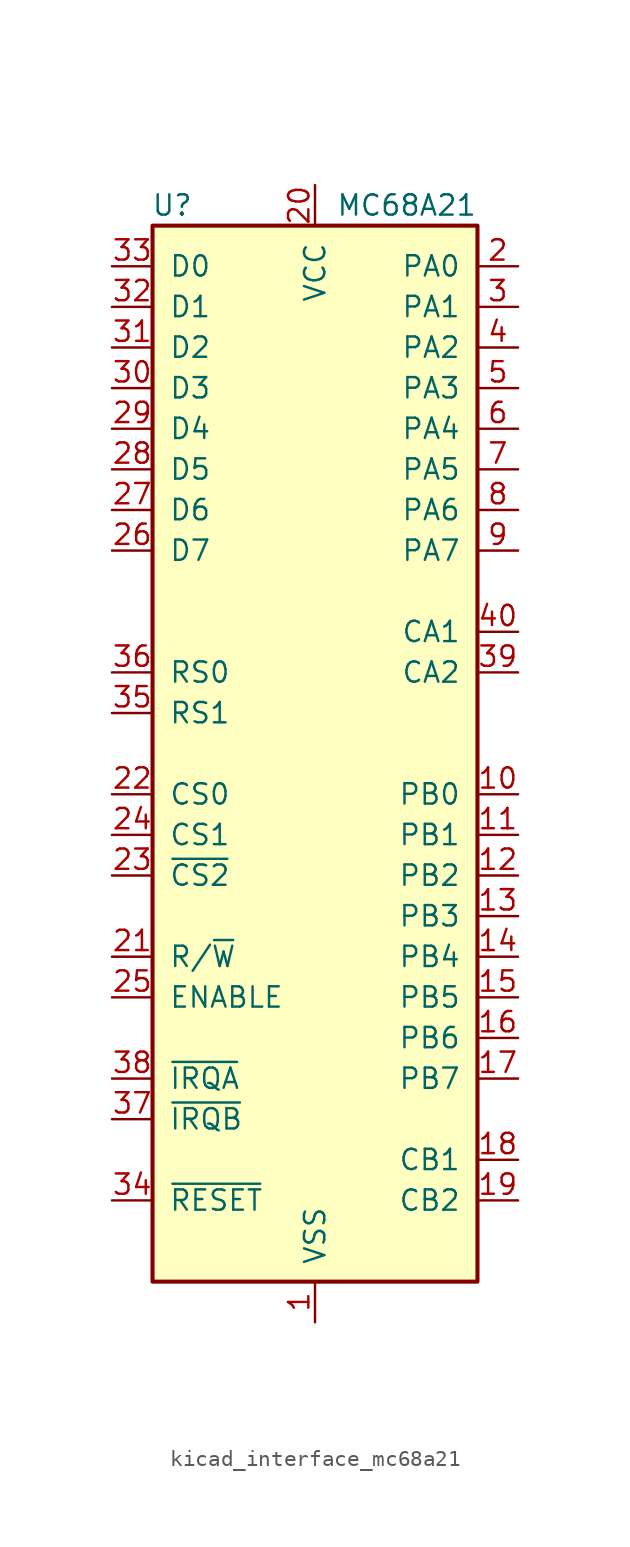
<source format=kicad_sym>
(kicad_symbol_lib
  (version 20220914)
  (generator kicad_symbol_editor)
  (symbol "kicad_interface_mc68a21"
    (pin_names
      (offset 1.016))
    (property "Reference" "U"
      (at -7.62 34.29 0)
      (effects (font (size 1.27 1.27)) (justify right)))
    (property "Value" "MC68A21"
      (at 10.16 34.29 0)
      (effects (font (size 1.27 1.27)) (justify right)))
    (symbol "kicad_interface_mc68a21_0_1"
      (rectangle (start -10.16 -33.02) (end 10.16 33.02) (stroke (width 0.254) (type default)) (fill (type background))))
    (symbol "kicad_interface_mc68a21_1_1"
      (pin power_in line (at 0 -35.56 90) (length 2.54) (name "VSS" (effects (font (size 1.27 1.27)))) (number "1" (effects (font (size 1.27 1.27)))))
      (pin bidirectional line (at 12.7 -2.54 180) (length 2.54) (name "PB0" (effects (font (size 1.27 1.27)))) (number "10" (effects (font (size 1.27 1.27)))))
      (pin bidirectional line (at 12.7 -5.08 180) (length 2.54) (name "PB1" (effects (font (size 1.27 1.27)))) (number "11" (effects (font (size 1.27 1.27)))))
      (pin bidirectional line (at 12.7 -7.62 180) (length 2.54) (name "PB2" (effects (font (size 1.27 1.27)))) (number "12" (effects (font (size 1.27 1.27)))))
      (pin bidirectional line (at 12.7 -10.16 180) (length 2.54) (name "PB3" (effects (font (size 1.27 1.27)))) (number "13" (effects (font (size 1.27 1.27)))))
      (pin bidirectional line (at 12.7 -12.7 180) (length 2.54) (name "PB4" (effects (font (size 1.27 1.27)))) (number "14" (effects (font (size 1.27 1.27)))))
      (pin bidirectional line (at 12.7 -15.24 180) (length 2.54) (name "PB5" (effects (font (size 1.27 1.27)))) (number "15" (effects (font (size 1.27 1.27)))))
      (pin bidirectional line (at 12.7 -17.78 180) (length 2.54) (name "PB6" (effects (font (size 1.27 1.27)))) (number "16" (effects (font (size 1.27 1.27)))))
      (pin bidirectional line (at 12.7 -20.32 180) (length 2.54) (name "PB7" (effects (font (size 1.27 1.27)))) (number "17" (effects (font (size 1.27 1.27)))))
      (pin input line (at 12.7 -25.4 180) (length 2.54) (name "CB1" (effects (font (size 1.27 1.27)))) (number "18" (effects (font (size 1.27 1.27)))))
      (pin bidirectional line (at 12.7 -27.94 180) (length 2.54) (name "CB2" (effects (font (size 1.27 1.27)))) (number "19" (effects (font (size 1.27 1.27)))))
      (pin bidirectional line (at 12.7 30.48 180) (length 2.54) (name "PA0" (effects (font (size 1.27 1.27)))) (number "2" (effects (font (size 1.27 1.27)))))
      (pin power_in line (at 0 35.56 270) (length 2.54) (name "VCC" (effects (font (size 1.27 1.27)))) (number "20" (effects (font (size 1.27 1.27)))))
      (pin input line (at -12.7 -12.7 0) (length 2.54) (name "R/~{W}" (effects (font (size 1.27 1.27)))) (number "21" (effects (font (size 1.27 1.27)))))
      (pin input line (at -12.7 -2.54 0) (length 2.54) (name "CS0" (effects (font (size 1.27 1.27)))) (number "22" (effects (font (size 1.27 1.27)))))
      (pin input line (at -12.7 -7.62 0) (length 2.54) (name "~{CS2}" (effects (font (size 1.27 1.27)))) (number "23" (effects (font (size 1.27 1.27)))))
      (pin input line (at -12.7 -5.08 0) (length 2.54) (name "CS1" (effects (font (size 1.27 1.27)))) (number "24" (effects (font (size 1.27 1.27)))))
      (pin input line (at -12.7 -15.24 0) (length 2.54) (name "ENABLE" (effects (font (size 1.27 1.27)))) (number "25" (effects (font (size 1.27 1.27)))))
      (pin bidirectional line (at -12.7 12.7 0) (length 2.54) (name "D7" (effects (font (size 1.27 1.27)))) (number "26" (effects (font (size 1.27 1.27)))))
      (pin bidirectional line (at -12.7 15.24 0) (length 2.54) (name "D6" (effects (font (size 1.27 1.27)))) (number "27" (effects (font (size 1.27 1.27)))))
      (pin bidirectional line (at -12.7 17.78 0) (length 2.54) (name "D5" (effects (font (size 1.27 1.27)))) (number "28" (effects (font (size 1.27 1.27)))))
      (pin bidirectional line (at -12.7 20.32 0) (length 2.54) (name "D4" (effects (font (size 1.27 1.27)))) (number "29" (effects (font (size 1.27 1.27)))))
      (pin bidirectional line (at 12.7 27.94 180) (length 2.54) (name "PA1" (effects (font (size 1.27 1.27)))) (number "3" (effects (font (size 1.27 1.27)))))
      (pin bidirectional line (at -12.7 22.86 0) (length 2.54) (name "D3" (effects (font (size 1.27 1.27)))) (number "30" (effects (font (size 1.27 1.27)))))
      (pin bidirectional line (at -12.7 25.4 0) (length 2.54) (name "D2" (effects (font (size 1.27 1.27)))) (number "31" (effects (font (size 1.27 1.27)))))
      (pin bidirectional line (at -12.7 27.94 0) (length 2.54) (name "D1" (effects (font (size 1.27 1.27)))) (number "32" (effects (font (size 1.27 1.27)))))
      (pin bidirectional line (at -12.7 30.48 0) (length 2.54) (name "D0" (effects (font (size 1.27 1.27)))) (number "33" (effects (font (size 1.27 1.27)))))
      (pin input line (at -12.7 -27.94 0) (length 2.54) (name "~{RESET}" (effects (font (size 1.27 1.27)))) (number "34" (effects (font (size 1.27 1.27)))))
      (pin input line (at -12.7 2.54 0) (length 2.54) (name "RS1" (effects (font (size 1.27 1.27)))) (number "35" (effects (font (size 1.27 1.27)))))
      (pin input line (at -12.7 5.08 0) (length 2.54) (name "RS0" (effects (font (size 1.27 1.27)))) (number "36" (effects (font (size 1.27 1.27)))))
      (pin open_collector line (at -12.7 -22.86 0) (length 2.54) (name "~{IRQB}" (effects (font (size 1.27 1.27)))) (number "37" (effects (font (size 1.27 1.27)))))
      (pin open_collector line (at -12.7 -20.32 0) (length 2.54) (name "~{IRQA}" (effects (font (size 1.27 1.27)))) (number "38" (effects (font (size 1.27 1.27)))))
      (pin bidirectional line (at 12.7 5.08 180) (length 2.54) (name "CA2" (effects (font (size 1.27 1.27)))) (number "39" (effects (font (size 1.27 1.27)))))
      (pin bidirectional line (at 12.7 25.4 180) (length 2.54) (name "PA2" (effects (font (size 1.27 1.27)))) (number "4" (effects (font (size 1.27 1.27)))))
      (pin input line (at 12.7 7.62 180) (length 2.54) (name "CA1" (effects (font (size 1.27 1.27)))) (number "40" (effects (font (size 1.27 1.27)))))
      (pin bidirectional line (at 12.7 22.86 180) (length 2.54) (name "PA3" (effects (font (size 1.27 1.27)))) (number "5" (effects (font (size 1.27 1.27)))))
      (pin bidirectional line (at 12.7 20.32 180) (length 2.54) (name "PA4" (effects (font (size 1.27 1.27)))) (number "6" (effects (font (size 1.27 1.27)))))
      (pin bidirectional line (at 12.7 17.78 180) (length 2.54) (name "PA5" (effects (font (size 1.27 1.27)))) (number "7" (effects (font (size 1.27 1.27)))))
      (pin bidirectional line (at 12.7 15.24 180) (length 2.54) (name "PA6" (effects (font (size 1.27 1.27)))) (number "8" (effects (font (size 1.27 1.27)))))
      (pin bidirectional line (at 12.7 12.7 180) (length 2.54) (name "PA7" (effects (font (size 1.27 1.27)))) (number "9" (effects (font (size 1.27 1.27))))))))
</source>
